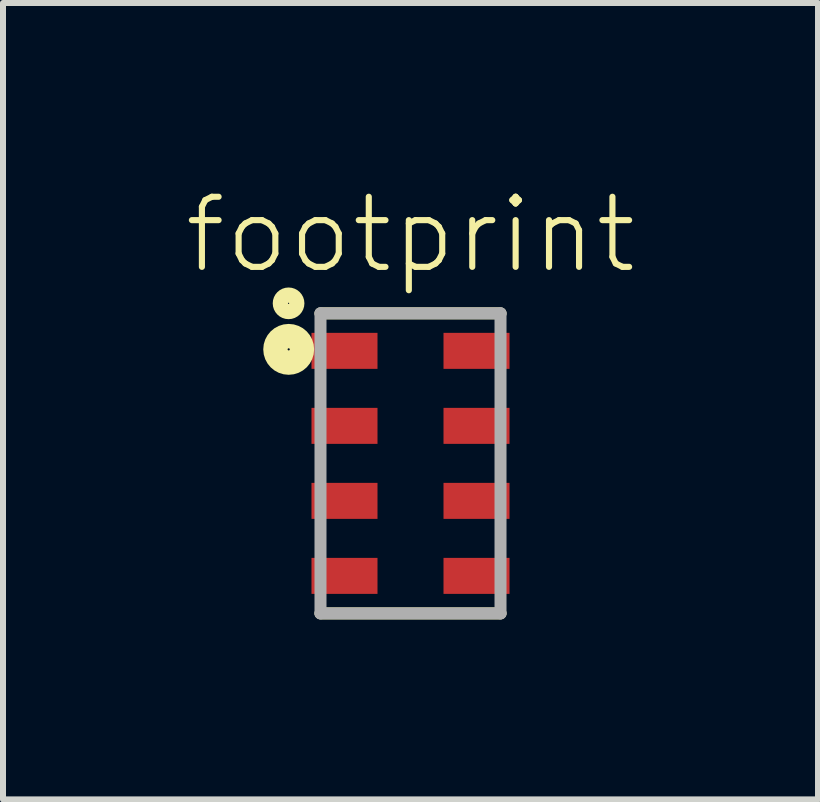
<source format=kicad_pcb>
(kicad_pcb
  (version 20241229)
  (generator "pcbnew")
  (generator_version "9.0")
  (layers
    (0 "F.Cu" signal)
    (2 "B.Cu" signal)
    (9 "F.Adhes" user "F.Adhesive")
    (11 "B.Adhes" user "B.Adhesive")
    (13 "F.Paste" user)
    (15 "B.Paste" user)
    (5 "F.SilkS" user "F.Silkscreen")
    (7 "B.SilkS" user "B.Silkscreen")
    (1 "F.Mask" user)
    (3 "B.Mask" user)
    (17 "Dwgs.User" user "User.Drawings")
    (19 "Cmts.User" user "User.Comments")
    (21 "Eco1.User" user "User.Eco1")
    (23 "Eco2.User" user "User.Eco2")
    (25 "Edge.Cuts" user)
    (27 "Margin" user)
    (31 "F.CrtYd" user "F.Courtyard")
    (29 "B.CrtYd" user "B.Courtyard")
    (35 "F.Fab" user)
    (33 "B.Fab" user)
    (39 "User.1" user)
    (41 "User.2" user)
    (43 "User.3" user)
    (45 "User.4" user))
  (footprint "footprint"
    (layer "F.Cu")
    (at 3.791 4.672)
    (property "Reference" "footprint" (at 0 -3.81 0) (layer "F.SilkS") (effects (font (size 1.168 1.168) (thickness 0.102))))
    (fp_line (start -1.5 -2.5) (end 1.5 -2.5) (stroke (width 0.2) (type solid)) (layer "F.SilkS"))
    (fp_line (start 1.5 2.5) (end -1.5 2.5) (stroke (width 0.2) (type solid)) (layer "F.SilkS"))
    (fp_circle (center -2.032 -2.667) (end -1.895 -2.667) (stroke (width 0.254) (type solid)) (fill no) (layer "F.SilkS"))
    (fp_circle (center -2.03 -1.9) (end -2.012 -1.9) (stroke (width 0.406) (type solid)) (fill no) (layer "F.SilkS"))
    (fp_line (start -1.5 -2.5) (end 1.5 -2.5) (stroke (width 0.2) (type solid)) (layer "F.Fab"))
    (fp_line (start -1.5 2.5) (end -1.5 -2.5) (stroke (width 0.2) (type solid)) (layer "F.Fab"))
    (fp_line (start 1.5 -2.5) (end 1.5 2.5) (stroke (width 0.2) (type solid)) (layer "F.Fab"))
    (fp_line (start 1.5 2.5) (end -1.5 2.5) (stroke (width 0.2) (type solid)) (layer "F.Fab"))
    (pad "1" smd rect (at -1.1 -1.875) (size 1.1 0.6) (layers "F.Cu" "F.Mask" "F.Paste"))
    (pad "2" smd rect (at -1.1 -0.625) (size 1.1 0.6) (layers "F.Cu" "F.Mask" "F.Paste"))
    (pad "3" smd rect (at -1.1 0.625) (size 1.1 0.6) (layers "F.Cu" "F.Mask" "F.Paste"))
    (pad "4" smd rect (at -1.1 1.875) (size 1.1 0.6) (layers "F.Cu" "F.Mask" "F.Paste"))
    (pad "5" smd rect (at 1.1 1.875) (size 1.1 0.6) (layers "F.Cu" "F.Mask" "F.Paste"))
    (pad "6" smd rect (at 1.1 0.625) (size 1.1 0.6) (layers "F.Cu" "F.Mask" "F.Paste"))
    (pad "7" smd rect (at 1.1 -0.625) (size 1.1 0.6) (layers "F.Cu" "F.Mask" "F.Paste"))
    (pad "8" smd rect (at 1.1 -1.875) (size 1.1 0.6) (layers "F.Cu" "F.Mask" "F.Paste"))
    (zone (net_name "") (layer "F.Cu") (hatch edge 0.508) (connect_pads) (min_thickness 0.254) (filled_areas_thickness no) (keepout (tracks not_allowed) (vias not_allowed) (pads not_allowed) (copperpour not_allowed) (footprints allowed)) (placement (enabled no)) (fill) (polygon (pts (xy 3.347 2.576) (xy 4.236 2.576) (xy 4.236 3.211) (xy 5.315 3.211) (xy 5.315 3.624) (xy 4.236 3.624) (xy 4.236 4.481) (xy 5.315 4.481) (xy 5.315 4.862) (xy 4.236 4.862) (xy 4.236 5.72) (xy 5.315 5.72) (xy 5.315 6.132) (xy 4.236 6.132) (xy 4.236 6.767) (xy 3.347 6.767) (xy 3.347 6.132) (xy 2.267 6.132) (xy 2.267 5.72) (xy 3.347 5.72) (xy 3.347 4.862) (xy 2.267 4.862) (xy 2.267 4.481) (xy 3.347 4.481) (xy 3.347 3.624) (xy 2.267 3.624) (xy 2.267 3.211) (xy 3.347 3.211)))))
  (gr_rect
    (start -3 -3)
    (end 10.582 10.272)
    (stroke (width 0.1) (type default))
    (fill no)
    (layer "Edge.Cuts")))
</source>
